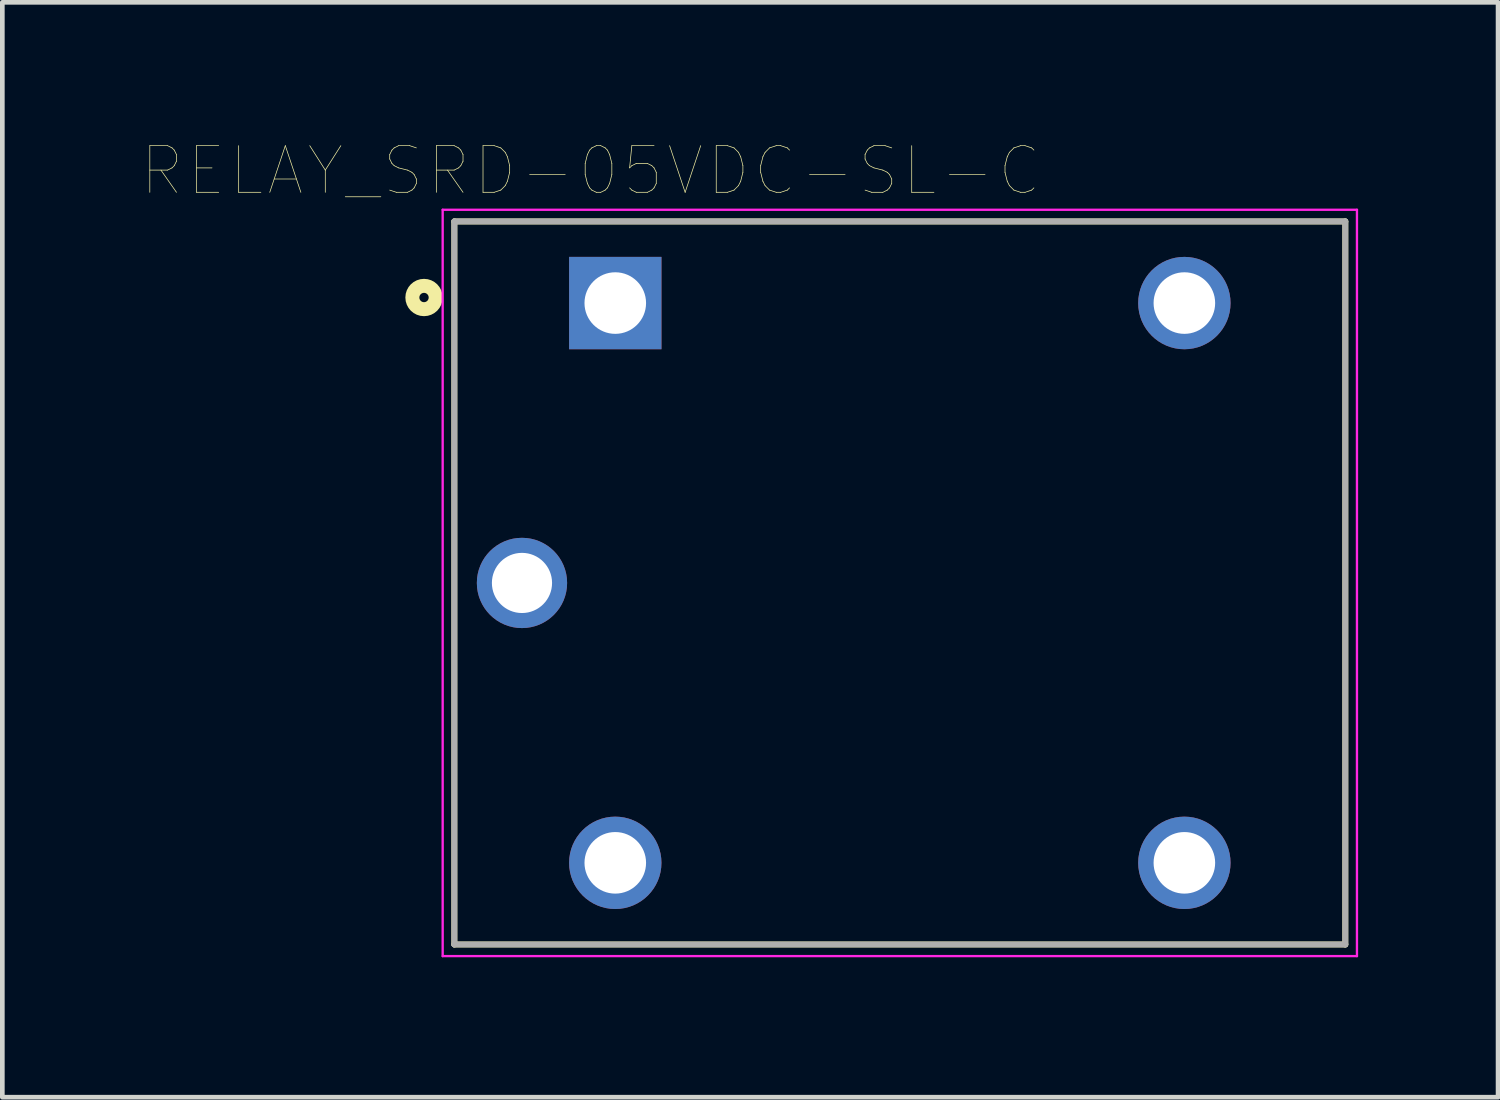
<source format=kicad_pcb>
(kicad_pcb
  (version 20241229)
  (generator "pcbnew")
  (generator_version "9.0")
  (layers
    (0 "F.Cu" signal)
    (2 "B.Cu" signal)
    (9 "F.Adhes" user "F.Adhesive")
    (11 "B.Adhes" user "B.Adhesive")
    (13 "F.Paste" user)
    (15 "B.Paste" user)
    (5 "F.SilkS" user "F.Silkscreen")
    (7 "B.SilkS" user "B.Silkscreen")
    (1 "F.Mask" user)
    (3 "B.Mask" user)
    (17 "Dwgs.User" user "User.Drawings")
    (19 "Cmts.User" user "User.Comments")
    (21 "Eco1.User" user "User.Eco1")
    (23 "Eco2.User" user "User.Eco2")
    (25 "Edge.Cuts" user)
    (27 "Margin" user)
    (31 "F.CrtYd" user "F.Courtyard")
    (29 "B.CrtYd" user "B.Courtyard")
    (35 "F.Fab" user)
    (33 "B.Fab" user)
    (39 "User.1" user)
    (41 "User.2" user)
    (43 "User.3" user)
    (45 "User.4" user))
  (footprint "RELAY_SRD-05VDC-SL-C"
    (layer "F.Cu")
    (at 16.24 9.447)
    (property "Reference" "RELAY_SRD-05VDC-SL-C" (at -6.626 -8.836 0) (layer "F.SilkS") (effects (font (size 1 1) (thickness 0.015))))
    (attr through_hole)
    (fp_line (start -9.55 -7.75) (end 9.55 -7.75) (stroke (width 0.127) (type solid)) (layer "F.SilkS"))
    (fp_line (start -9.55 7.75) (end -9.55 -7.75) (stroke (width 0.127) (type solid)) (layer "F.SilkS"))
    (fp_line (start 9.55 -7.75) (end 9.55 7.75) (stroke (width 0.127) (type solid)) (layer "F.SilkS"))
    (fp_line (start 9.55 7.75) (end -9.55 7.75) (stroke (width 0.127) (type solid)) (layer "F.SilkS"))
    (fp_circle (center -10.2 -6.119) (end -10.1 -6.119) (stroke (width 0.3) (type solid)) (fill no) (layer "F.SilkS"))
    (fp_line (start -9.8 -8) (end 9.8 -8) (stroke (width 0.05) (type solid)) (layer "F.CrtYd"))
    (fp_line (start -9.8 8) (end -9.8 -8) (stroke (width 0.05) (type solid)) (layer "F.CrtYd"))
    (fp_line (start 9.8 -8) (end 9.8 8) (stroke (width 0.05) (type solid)) (layer "F.CrtYd"))
    (fp_line (start 9.8 8) (end -9.8 8) (stroke (width 0.05) (type solid)) (layer "F.CrtYd"))
    (fp_line (start -9.55 -7.75) (end 9.55 -7.75) (stroke (width 0.127) (type solid)) (layer "F.Fab"))
    (fp_line (start -9.55 7.75) (end -9.55 -7.75) (stroke (width 0.127) (type solid)) (layer "F.Fab"))
    (fp_line (start 9.55 -7.75) (end 9.55 7.75) (stroke (width 0.127) (type solid)) (layer "F.Fab"))
    (fp_line (start 9.55 7.75) (end -9.55 7.75) (stroke (width 0.127) (type solid)) (layer "F.Fab"))
    (pad "A1" thru_hole rect (at -6.1 -6) (size 1.98 1.98) (drill 1.32) (layers "*.Cu" "*.Mask"))
    (pad "A2" thru_hole circle (at -6.1 6) (size 1.98 1.98) (drill 1.32) (layers "*.Cu" "*.Mask"))
    (pad "COM" thru_hole circle (at -8.1 0) (size 1.935 1.935) (drill 1.29) (layers "*.Cu" "*.Mask"))
    (pad "NC" thru_hole circle (at 6.1 -6) (size 1.98 1.98) (drill 1.32) (layers "*.Cu" "*.Mask"))
    (pad "NO" thru_hole circle (at 6.1 6) (size 1.98 1.98) (drill 1.32) (layers "*.Cu" "*.Mask")))
  (gr_rect
    (start -3 -3)
    (end 29.065 20.472)
    (stroke (width 0.1) (type default))
    (fill no)
    (layer "Edge.Cuts")))
</source>
